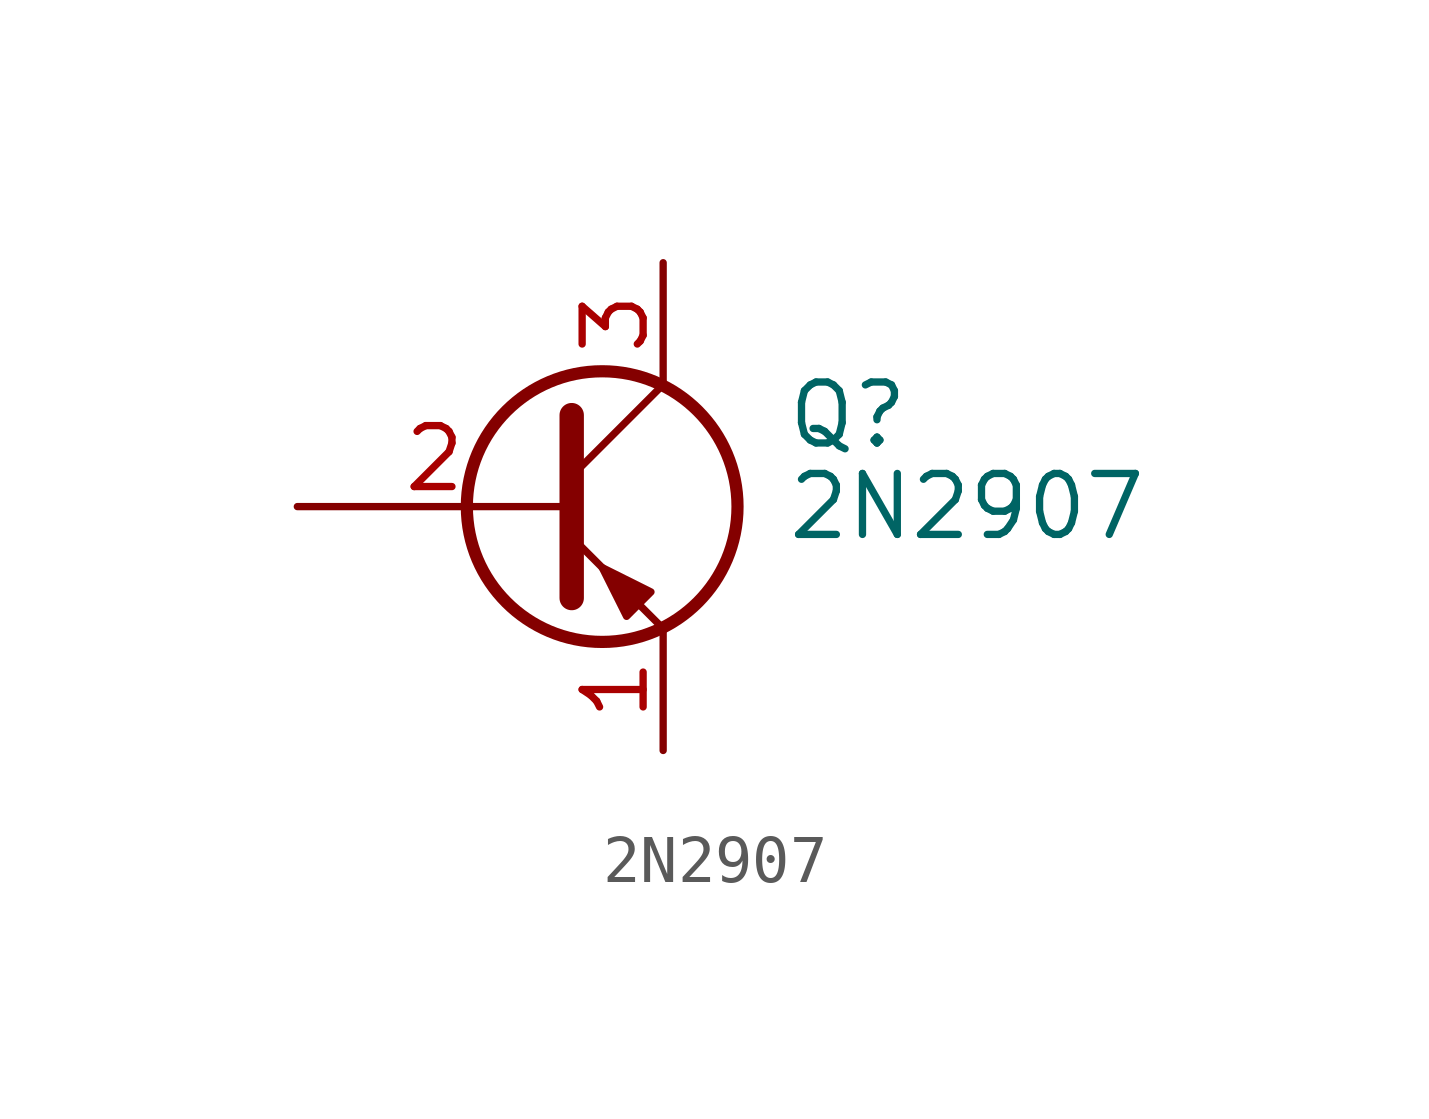
<source format=kicad_sym>
(kicad_symbol_lib
  (version 20211014)
  (generator kicad_symbol_editor)
  (symbol "2N2907"
    (pin_names
      (offset 0) hide)
    (property "Reference" "Q"
      (at 5.08 1.905 0)
      (effects (font (size 1.27 1.27)) (justify left)))
    (property "Value" "2N2907"
      (at 5.08 0 0)
      (effects (font (size 1.27 1.27)) (justify left)))
    (symbol "2N2907_0_1"
      (polyline (pts (xy 0.635 0.635) (xy 2.54 2.54)) (stroke (width 0) (type default) (color 0 0 0 0)) (fill (type none)))
      (polyline (pts (xy 0.635 -0.635) (xy 2.54 -2.54) (xy 2.54 -2.54)) (stroke (width 0) (type default) (color 0 0 0 0)) (fill (type none)))
      (polyline (pts (xy 0.635 1.905) (xy 0.635 -1.905) (xy 0.635 -1.905)) (stroke (width 0.508) (type default) (color 0 0 0 0)) (fill (type none)))
      (polyline (pts (xy 2.286 -1.778) (xy 1.778 -2.286) (xy 1.27 -1.27) (xy 2.286 -1.778) (xy 2.286 -1.778)) (stroke (width 0) (type default) (color 0 0 0 0)) (fill (type outline)))
      (circle (center 1.27 0) (radius 2.819) (stroke (width 0.254) (type default) (color 0 0 0 0)) (fill (type none))))
    (symbol "2N2907_1_1"
      (pin passive line (at 2.54 -5.08 90) (length 2.54) (name "E" (effects (font (size 1.27 1.27)))) (number "1" (effects (font (size 1.27 1.27)))))
      (pin input line (at -5.08 0 0) (length 5.715) (name "B" (effects (font (size 1.27 1.27)))) (number "2" (effects (font (size 1.27 1.27)))))
      (pin passive line (at 2.54 5.08 270) (length 2.54) (name "C" (effects (font (size 1.27 1.27)))) (number "3" (effects (font (size 1.27 1.27))))))))
</source>
